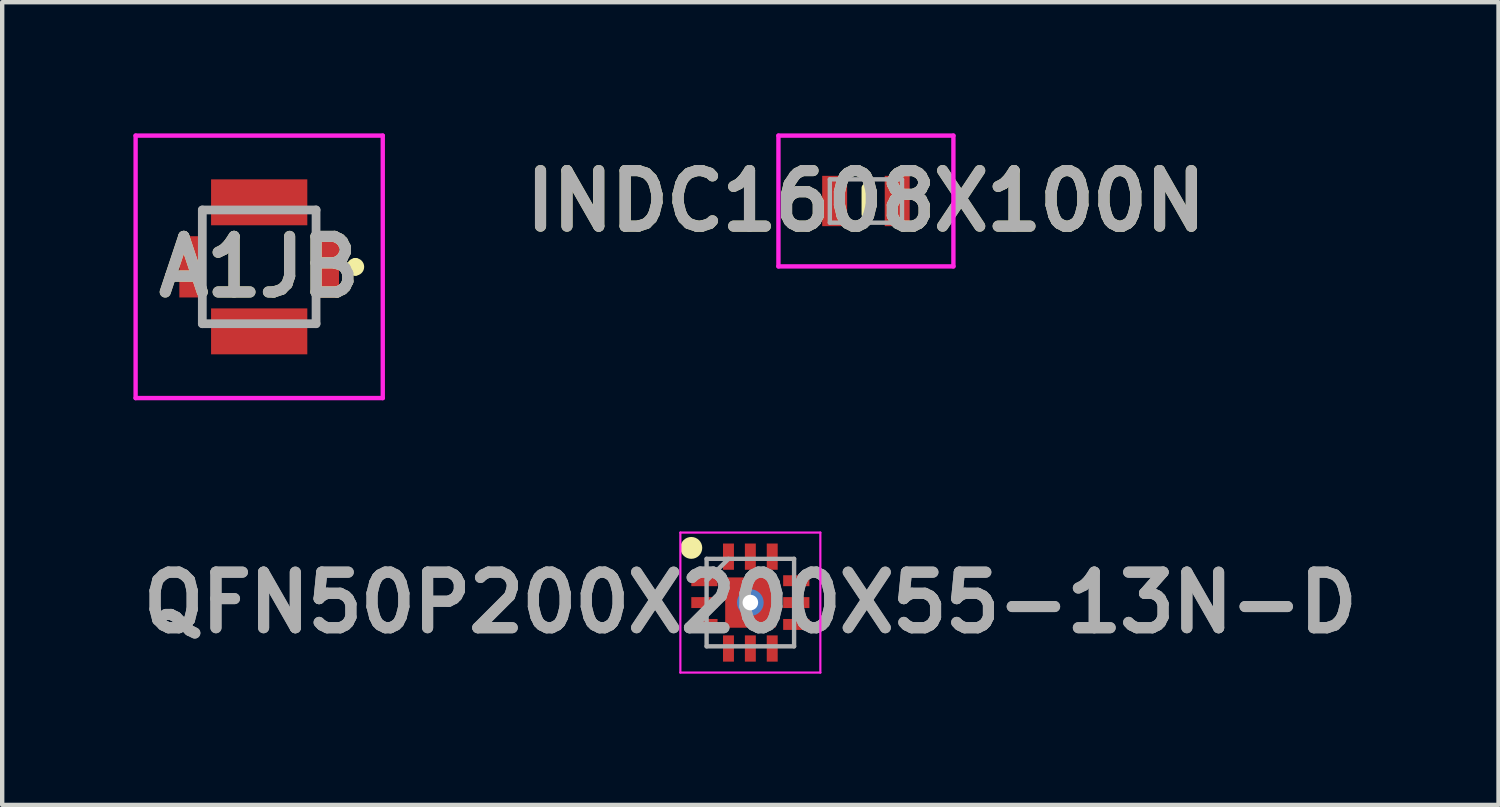
<source format=kicad_pcb>
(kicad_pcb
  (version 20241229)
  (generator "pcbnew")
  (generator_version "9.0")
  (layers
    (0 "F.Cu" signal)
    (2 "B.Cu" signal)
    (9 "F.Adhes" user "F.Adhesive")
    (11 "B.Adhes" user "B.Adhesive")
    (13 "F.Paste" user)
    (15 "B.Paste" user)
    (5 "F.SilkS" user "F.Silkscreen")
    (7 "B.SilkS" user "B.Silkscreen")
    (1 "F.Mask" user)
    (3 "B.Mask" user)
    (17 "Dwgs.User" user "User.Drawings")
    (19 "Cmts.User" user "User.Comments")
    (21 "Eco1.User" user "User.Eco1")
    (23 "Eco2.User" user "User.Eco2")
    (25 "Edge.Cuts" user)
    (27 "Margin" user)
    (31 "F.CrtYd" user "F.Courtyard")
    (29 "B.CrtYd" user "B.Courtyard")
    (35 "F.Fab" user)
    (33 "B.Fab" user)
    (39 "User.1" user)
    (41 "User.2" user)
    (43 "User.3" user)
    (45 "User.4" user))
  (footprint "INDC1608X100N"
    (layer "F.Cu")
    (at 16.745 1.545)
    (property "Reference" "INDC1608X100N" (at 0 0 0) (layer "F.SilkS") (effects (font (size 1.27 1.27) (thickness 0.254))))
    (attr smd)
    (fp_line (start 0 -0.3) (end 0 0.3) (stroke (width 0.2) (type solid)) (layer "F.SilkS"))
    (fp_line (start -2 -1.495) (end 2 -1.495) (stroke (width 0.1) (type solid)) (layer "F.CrtYd"))
    (fp_line (start -2 1.495) (end -2 -1.495) (stroke (width 0.1) (type solid)) (layer "F.CrtYd"))
    (fp_line (start 2 -1.495) (end 2 1.495) (stroke (width 0.1) (type solid)) (layer "F.CrtYd"))
    (fp_line (start 2 1.495) (end -2 1.495) (stroke (width 0.1) (type solid)) (layer "F.CrtYd"))
    (fp_line (start -0.825 -0.495) (end 0.825 -0.495) (stroke (width 0.1) (type solid)) (layer "F.Fab"))
    (fp_line (start -0.825 0.495) (end -0.825 -0.495) (stroke (width 0.1) (type solid)) (layer "F.Fab"))
    (fp_line (start 0.825 -0.495) (end 0.825 0.495) (stroke (width 0.1) (type solid)) (layer "F.Fab"))
    (fp_line (start 0.825 0.495) (end -0.825 0.495) (stroke (width 0.1) (type solid)) (layer "F.Fab"))
    (fp_text user "${REFERENCE}" (at 0 0 0) (layer "F.Fab") (effects (font (size 1.27 1.27) (thickness 0.254))))
    (pad "1" smd rect (at -0.715 0) (size 0.57 1.15) (layers "F.Cu" "F.Mask" "F.Paste"))
    (pad "2" smd rect (at 0.715 0) (size 0.57 1.15) (layers "F.Cu" "F.Mask" "F.Paste")))
  (footprint "QFN50P200X200X55-13N-D"
    (layer "F.Cu")
    (at 14.103 10.725)
    (property "Reference" "QFN50P200X200X55-13N-D" (at 0 0 0) (layer "F.Fab") (effects (font (size 1.27 1.27) (thickness 0.254))))
    (attr smd)
    (fp_poly (pts (xy -0.025 0.575) (xy -0.575 0.575) (xy -0.575 0.025)) (stroke (width 0.025) (type solid)) (fill yes) (layer "F.Mask"))
    (fp_poly (pts (xy 0.025 -0.575) (xy 0.575 -0.575) (xy 0.575 -0.025)) (stroke (width 0.025) (type solid)) (fill yes) (layer "F.Mask"))
    (fp_poly (pts (xy 0.575 0.025) (xy 0.575 0.575) (xy 0.025 0.575)) (stroke (width 0.025) (type solid)) (fill yes) (layer "F.Mask"))
    (fp_poly (pts (xy -0.77 -0.125) (xy -1.35 -0.125) (xy -1.35 0.125) (xy -0.77 0.125)) (stroke (width 0.025) (type solid)) (fill yes) (layer "F.Mask"))
    (fp_poly (pts (xy -0.767 -0.375) (xy -1.35 -0.375) (xy -1.35 -0.625) (xy -0.917 -0.625)) (stroke (width 0.025) (type solid)) (fill yes) (layer "F.Mask"))
    (fp_poly (pts (xy -0.767 0.375) (xy -1.35 0.375) (xy -1.35 0.625) (xy -0.917 0.625)) (stroke (width 0.025) (type solid)) (fill yes) (layer "F.Mask"))
    (fp_poly (pts (xy -0.375 -0.767) (xy -0.375 -1.35) (xy -0.625 -1.35) (xy -0.625 -0.917)) (stroke (width 0.025) (type solid)) (fill yes) (layer "F.Mask"))
    (fp_poly (pts (xy -0.375 0.775) (xy -0.375 1.358) (xy -0.625 1.358) (xy -0.625 0.925)) (stroke (width 0.025) (type solid)) (fill yes) (layer "F.Mask"))
    (fp_poly (pts (xy 0.125 -0.77) (xy 0.125 -1.35) (xy -0.125 -1.35) (xy -0.125 -0.77)) (stroke (width 0.025) (type solid)) (fill yes) (layer "F.Mask"))
    (fp_poly (pts (xy 0.125 1.355) (xy 0.125 0.775) (xy -0.125 0.775) (xy -0.125 1.355)) (stroke (width 0.025) (type solid)) (fill yes) (layer "F.Mask"))
    (fp_poly (pts (xy 0.375 -0.767) (xy 0.375 -1.35) (xy 0.625 -1.35) (xy 0.625 -0.917)) (stroke (width 0.025) (type solid)) (fill yes) (layer "F.Mask"))
    (fp_poly (pts (xy 0.375 0.775) (xy 0.375 1.358) (xy 0.625 1.358) (xy 0.625 0.925)) (stroke (width 0.025) (type solid)) (fill yes) (layer "F.Mask"))
    (fp_poly (pts (xy 0.767 -0.375) (xy 1.35 -0.375) (xy 1.35 -0.625) (xy 0.917 -0.625)) (stroke (width 0.025) (type solid)) (fill yes) (layer "F.Mask"))
    (fp_poly (pts (xy 0.767 0.375) (xy 1.35 0.375) (xy 1.35 0.625) (xy 0.917 0.625)) (stroke (width 0.025) (type solid)) (fill yes) (layer "F.Mask"))
    (fp_poly (pts (xy 1.35 -0.125) (xy 0.77 -0.125) (xy 0.77 0.125) (xy 1.35 0.125)) (stroke (width 0.025) (type solid)) (fill yes) (layer "F.Mask"))
    (fp_circle (center -1.35 -1.25) (end -1.35 -1.125) (stroke (width 0.25) (type solid)) (fill no) (layer "F.SilkS"))
    (fp_poly (pts (xy -0.025 0.575) (xy -0.575 0.575) (xy -0.575 0.025)) (stroke (width 0.025) (type solid)) (fill yes) (layer "F.Paste"))
    (fp_poly (pts (xy 0.025 -0.575) (xy 0.575 -0.575) (xy 0.575 -0.025)) (stroke (width 0.025) (type solid)) (fill yes) (layer "F.Paste"))
    (fp_poly (pts (xy 0.575 0.025) (xy 0.575 0.575) (xy 0.025 0.575)) (stroke (width 0.025) (type solid)) (fill yes) (layer "F.Paste"))
    (fp_poly (pts (xy -0.77 -0.125) (xy -1.35 -0.125) (xy -1.35 0.125) (xy -0.77 0.125)) (stroke (width 0.025) (type solid)) (fill yes) (layer "F.Paste"))
    (fp_poly (pts (xy -0.767 -0.375) (xy -1.35 -0.375) (xy -1.35 -0.625) (xy -0.917 -0.625)) (stroke (width 0.025) (type solid)) (fill yes) (layer "F.Paste"))
    (fp_poly (pts (xy -0.767 0.375) (xy -1.35 0.375) (xy -1.35 0.625) (xy -0.917 0.625)) (stroke (width 0.025) (type solid)) (fill yes) (layer "F.Paste"))
    (fp_poly (pts (xy -0.375 -0.767) (xy -0.375 -1.35) (xy -0.625 -1.35) (xy -0.625 -0.917)) (stroke (width 0.025) (type solid)) (fill yes) (layer "F.Paste"))
    (fp_poly (pts (xy -0.375 0.775) (xy -0.375 1.358) (xy -0.625 1.358) (xy -0.625 0.925)) (stroke (width 0.025) (type solid)) (fill yes) (layer "F.Paste"))
    (fp_poly (pts (xy 0.125 -0.77) (xy 0.125 -1.35) (xy -0.125 -1.35) (xy -0.125 -0.77)) (stroke (width 0.025) (type solid)) (fill yes) (layer "F.Paste"))
    (fp_poly (pts (xy 0.125 1.355) (xy 0.125 0.775) (xy -0.125 0.775) (xy -0.125 1.355)) (stroke (width 0.025) (type solid)) (fill yes) (layer "F.Paste"))
    (fp_poly (pts (xy 0.375 -0.767) (xy 0.375 -1.35) (xy 0.625 -1.35) (xy 0.625 -0.917)) (stroke (width 0.025) (type solid)) (fill yes) (layer "F.Paste"))
    (fp_poly (pts (xy 0.375 0.775) (xy 0.375 1.358) (xy 0.625 1.358) (xy 0.625 0.925)) (stroke (width 0.025) (type solid)) (fill yes) (layer "F.Paste"))
    (fp_poly (pts (xy 0.767 -0.375) (xy 1.35 -0.375) (xy 1.35 -0.625) (xy 0.917 -0.625)) (stroke (width 0.025) (type solid)) (fill yes) (layer "F.Paste"))
    (fp_poly (pts (xy 0.767 0.375) (xy 1.35 0.375) (xy 1.35 0.625) (xy 0.917 0.625)) (stroke (width 0.025) (type solid)) (fill yes) (layer "F.Paste"))
    (fp_poly (pts (xy 1.35 -0.125) (xy 0.77 -0.125) (xy 0.77 0.125) (xy 1.35 0.125)) (stroke (width 0.025) (type solid)) (fill yes) (layer "F.Paste"))
    (fp_line (start -1.6 -1.6) (end 1.6 -1.6) (stroke (width 0.05) (type solid)) (layer "F.CrtYd"))
    (fp_line (start -1.6 1.6) (end -1.6 -1.6) (stroke (width 0.05) (type solid)) (layer "F.CrtYd"))
    (fp_line (start 1.6 -1.6) (end 1.6 1.6) (stroke (width 0.05) (type solid)) (layer "F.CrtYd"))
    (fp_line (start 1.6 1.6) (end -1.6 1.6) (stroke (width 0.05) (type solid)) (layer "F.CrtYd"))
    (fp_line (start -1 -1) (end 1 -1) (stroke (width 0.1) (type solid)) (layer "F.Fab"))
    (fp_line (start -1 -0.5) (end -0.5 -1) (stroke (width 0.1) (type solid)) (layer "F.Fab"))
    (fp_line (start -1 1) (end -1 -1) (stroke (width 0.1) (type solid)) (layer "F.Fab"))
    (fp_line (start 1 -1) (end 1 1) (stroke (width 0.1) (type solid)) (layer "F.Fab"))
    (fp_line (start 1 1) (end -1 1) (stroke (width 0.1) (type solid)) (layer "F.Fab"))
    (fp_text user "${REFERENCE}" (at 0 0 0) (layer "F.Fab") (effects (font (size 1.27 1.27) (thickness 0.254))))
    (pad "1" smd rect (at -1.05 -0.5 90) (size 0.25 0.6) (layers "F.Cu"))
    (pad "2" smd rect (at -1.05 0 90) (size 0.25 0.6) (layers "F.Cu"))
    (pad "3" smd rect (at -1.05 0.5 90) (size 0.25 0.6) (layers "F.Cu"))
    (pad "4" smd rect (at -0.5 1.05) (size 0.25 0.6) (layers "F.Cu"))
    (pad "5" smd rect (at 0 1.05) (size 0.25 0.6) (layers "F.Cu"))
    (pad "6" smd rect (at 0.5 1.05) (size 0.25 0.6) (layers "F.Cu"))
    (pad "7" smd rect (at 1.05 0.5 90) (size 0.25 0.6) (layers "F.Cu"))
    (pad "8" smd rect (at 1.05 0 90) (size 0.25 0.6) (layers "F.Cu"))
    (pad "9" smd rect (at 1.05 -0.5 90) (size 0.25 0.6) (layers "F.Cu"))
    (pad "10" smd rect (at 0.5 -1.05) (size 0.25 0.6) (layers "F.Cu"))
    (pad "11" smd rect (at 0 -1.05) (size 0.25 0.6) (layers "F.Cu"))
    (pad "12" smd rect (at -0.5 -1.05) (size 0.25 0.6) (layers "F.Cu"))
    (pad "13" thru_hole circle (at 0 0) (size 0.61 0.61) (drill 0.356) (layers "*.Cu" "B.Mask"))
    (pad "13" smd rect (at 0 0) (size 1.15 1.15) (layers "F.Cu")))
  (footprint "A1JB"
    (layer "F.Cu")
    (at 2.875 3.05)
    (property "Reference" "A1JB" (at 0 0 0) (layer "F.SilkS") (effects (font (size 1.27 1.27) (thickness 0.254))))
    (attr smd)
    (fp_line (start 2.2 -0.1) (end 2.2 -0.1) (stroke (width 0.2) (type solid)) (layer "F.SilkS"))
    (fp_line (start 2.2 0.1) (end 2.2 0.1) (stroke (width 0.2) (type solid)) (layer "F.SilkS"))
    (fp_arc (start 2.2 -0.1) (mid 2.3 0) (end 2.2 0.1) (stroke (width 0.2) (type solid)) (layer "F.SilkS"))
    (fp_arc (start 2.2 0.1) (mid 2.1 0) (end 2.2 -0.1) (stroke (width 0.2) (type solid)) (layer "F.SilkS"))
    (fp_line (start -2.825 -3) (end 2.825 -3) (stroke (width 0.1) (type solid)) (layer "F.CrtYd"))
    (fp_line (start -2.825 3) (end -2.825 -3) (stroke (width 0.1) (type solid)) (layer "F.CrtYd"))
    (fp_line (start 2.825 -3) (end 2.825 3) (stroke (width 0.1) (type solid)) (layer "F.CrtYd"))
    (fp_line (start 2.825 3) (end -2.825 3) (stroke (width 0.1) (type solid)) (layer "F.CrtYd"))
    (fp_line (start -1.3 -1.3) (end 1.3 -1.3) (stroke (width 0.2) (type solid)) (layer "F.Fab"))
    (fp_line (start -1.3 1.3) (end -1.3 -1.3) (stroke (width 0.2) (type solid)) (layer "F.Fab"))
    (fp_line (start 1.3 -1.3) (end 1.3 1.3) (stroke (width 0.2) (type solid)) (layer "F.Fab"))
    (fp_line (start 1.3 1.3) (end -1.3 1.3) (stroke (width 0.2) (type solid)) (layer "F.Fab"))
    (fp_text user "${REFERENCE}" (at 0 0 0) (layer "F.Fab") (effects (font (size 1.27 1.27) (thickness 0.254))))
    (pad "1" smd rect (at 1.525 0) (size 0.6 1.4) (layers "F.Cu" "F.Mask" "F.Paste"))
    (pad "2" smd rect (at 0 -1.475 90) (size 1.05 2.2) (layers "F.Cu" "F.Mask" "F.Paste"))
    (pad "3" smd rect (at -1.525 0) (size 0.6 1.4) (layers "F.Cu" "F.Mask" "F.Paste"))
    (pad "4" smd rect (at 0 1.475 90) (size 1.05 2.2) (layers "F.Cu" "F.Mask" "F.Paste")))
  (gr_rect
    (start -3 -3)
    (end 31.206 15.35)
    (stroke (width 0.1) (type default))
    (fill no)
    (layer "Edge.Cuts")))
</source>
